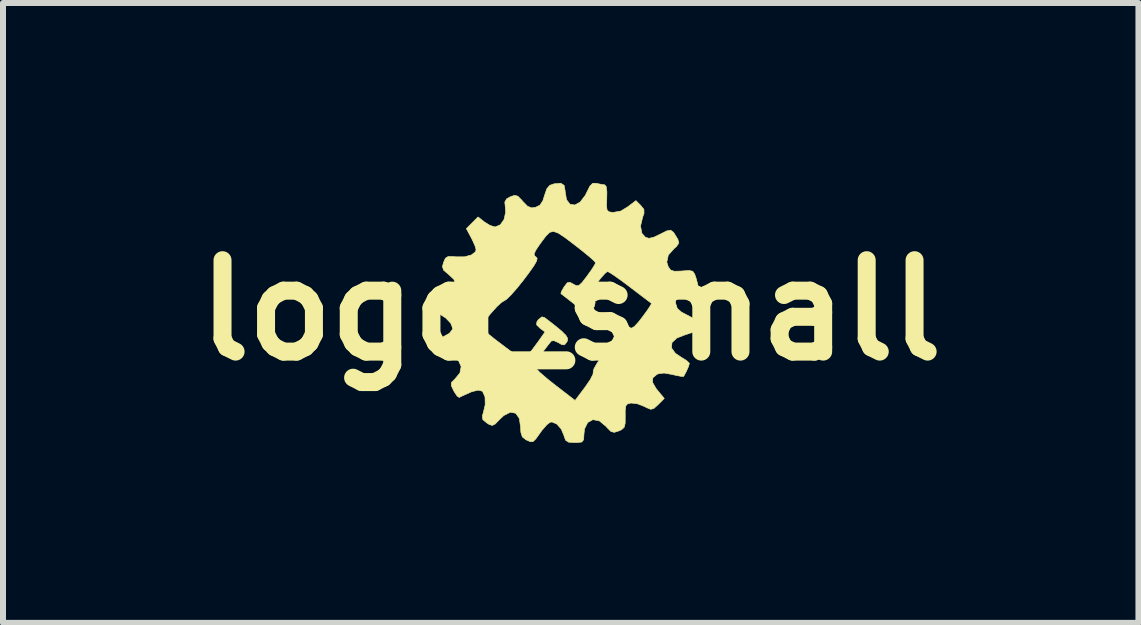
<source format=kicad_pcb>
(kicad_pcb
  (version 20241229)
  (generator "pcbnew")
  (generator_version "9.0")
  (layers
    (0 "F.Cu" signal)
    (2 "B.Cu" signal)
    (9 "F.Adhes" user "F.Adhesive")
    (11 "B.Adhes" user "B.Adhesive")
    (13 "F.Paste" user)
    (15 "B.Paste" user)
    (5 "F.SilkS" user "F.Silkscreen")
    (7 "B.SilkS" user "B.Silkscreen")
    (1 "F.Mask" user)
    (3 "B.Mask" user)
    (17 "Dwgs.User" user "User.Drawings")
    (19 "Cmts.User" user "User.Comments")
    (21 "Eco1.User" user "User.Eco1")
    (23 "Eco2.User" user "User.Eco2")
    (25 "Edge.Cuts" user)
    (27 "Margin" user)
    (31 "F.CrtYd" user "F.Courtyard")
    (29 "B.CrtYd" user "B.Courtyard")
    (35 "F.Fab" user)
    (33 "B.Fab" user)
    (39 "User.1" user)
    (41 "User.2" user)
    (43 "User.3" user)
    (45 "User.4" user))
  (footprint "logo_small"
    (layer "F.Cu")
    (at 6.339 2.187)
    (property "Reference" "logo_small" (at 0.127 -0.064 0) (layer "F.SilkS") (effects (font (size 1.524 1.524) (thickness 0.3))))
    (attr through_hole)
    (fp_poly (pts (xy 0.555 -2.18) (xy 0.646 -2.161) (xy 0.689 -2.157) (xy 0.718 -2.129) (xy 0.73 -2.039) (xy 0.728 -1.931) (xy 0.724 -1.805) (xy 0.733 -1.736) (xy 0.763 -1.706) (xy 0.823 -1.695) (xy 0.828 -1.694) (xy 0.962 -1.718) (xy 1.076 -1.787) (xy 1.214 -1.892) (xy 1.294 -1.812) (xy 1.347 -1.746) (xy 1.349 -1.679) (xy 1.326 -1.616) (xy 1.291 -1.468) (xy 1.313 -1.348) (xy 1.373 -1.281) (xy 1.432 -1.263) (xy 1.514 -1.282) (xy 1.62 -1.333) (xy 1.728 -1.387) (xy 1.794 -1.399) (xy 1.844 -1.36) (xy 1.904 -1.262) (xy 1.914 -1.245) (xy 1.929 -1.184) (xy 1.889 -1.125) (xy 1.856 -1.098) (xy 1.754 -0.984) (xy 1.729 -0.866) (xy 1.755 -0.785) (xy 1.794 -0.734) (xy 1.854 -0.714) (xy 1.96 -0.717) (xy 1.987 -0.719) (xy 2.1 -0.727) (xy 2.161 -0.714) (xy 2.194 -0.666) (xy 2.217 -0.599) (xy 2.242 -0.507) (xy 2.251 -0.457) (xy 2.251 -0.454) (xy 2.213 -0.436) (xy 2.126 -0.397) (xy 2.054 -0.365) (xy 1.943 -0.311) (xy 1.889 -0.266) (xy 1.875 -0.209) (xy 1.878 -0.174) (xy 1.904 -0.094) (xy 1.975 -0.032) (xy 2.056 0.01) (xy 2.162 0.066) (xy 2.211 0.123) (xy 2.223 0.191) (xy 2.212 0.259) (xy 2.169 0.301) (xy 2.071 0.334) (xy 2.052 0.339) (xy 1.898 0.398) (xy 1.815 0.475) (xy 1.806 0.563) (xy 1.872 0.654) (xy 1.969 0.719) (xy 2.056 0.773) (xy 2.103 0.817) (xy 2.105 0.825) (xy 2.089 0.878) (xy 2.053 0.959) (xy 2.016 1.028) (xy 2.007 1.04) (xy 1.967 1.038) (xy 1.877 1.021) (xy 1.821 1.007) (xy 1.685 0.983) (xy 1.591 0.994) (xy 1.562 1.007) (xy 1.495 1.064) (xy 1.491 1.138) (xy 1.55 1.241) (xy 1.584 1.283) (xy 1.687 1.406) (xy 1.585 1.508) (xy 1.515 1.572) (xy 1.462 1.588) (xy 1.39 1.559) (xy 1.354 1.54) (xy 1.241 1.496) (xy 1.137 1.483) (xy 1.128 1.484) (xy 1.071 1.499) (xy 1.043 1.536) (xy 1.035 1.617) (xy 1.036 1.7) (xy 1.035 1.821) (xy 1.018 1.888) (xy 0.974 1.928) (xy 0.929 1.948) (xy 0.853 1.972) (xy 0.797 1.957) (xy 0.731 1.891) (xy 0.716 1.873) (xy 0.604 1.78) (xy 0.497 1.76) (xy 0.41 1.807) (xy 0.357 1.915) (xy 0.347 2.008) (xy 0.342 2.095) (xy 0.311 2.133) (xy 0.233 2.142) (xy 0.194 2.142) (xy 0.092 2.136) (xy 0.042 2.104) (xy 0.016 2.032) (xy 0.016 2.029) (xy -0.031 1.917) (xy -0.104 1.834) (xy -0.185 1.799) (xy -0.218 1.804) (xy -0.274 1.848) (xy -0.349 1.934) (xy -0.385 1.983) (xy -0.454 2.08) (xy -0.5 2.125) (xy -0.545 2.128) (xy -0.612 2.099) (xy -0.62 2.095) (xy -0.68 2.048) (xy -0.705 1.969) (xy -0.708 1.89) (xy -0.73 1.739) (xy -0.79 1.653) (xy -0.88 1.636) (xy -0.99 1.692) (xy -1.06 1.758) (xy -1.133 1.833) (xy -1.183 1.857) (xy -1.236 1.838) (xy -1.271 1.816) (xy -1.339 1.759) (xy -1.347 1.697) (xy -1.332 1.651) (xy -1.299 1.511) (xy -1.302 1.382) (xy -1.341 1.293) (xy -1.35 1.285) (xy -1.415 1.268) (xy -1.524 1.294) (xy -1.684 1.366) (xy -1.732 1.39) (xy -1.765 1.369) (xy -1.813 1.298) (xy -1.824 1.279) (xy -1.864 1.193) (xy -1.864 1.143) (xy -1.821 1.099) (xy -1.811 1.091) (xy -1.721 0.983) (xy -1.7 0.874) (xy -1.743 0.778) (xy -1.843 0.714) (xy -1.959 0.696) (xy -2.064 0.685) (xy -2.125 0.639) (xy -2.148 0.597) (xy -2.18 0.523) (xy -2.182 0.479) (xy -2.14 0.444) (xy -2.044 0.399) (xy -2.017 0.388) (xy -1.896 0.321) (xy -1.845 0.255) (xy -1.841 0.233) (xy -1.846 0.222) (xy -1.37 0.222) (xy -1.34 0.254) (xy -1.26 0.322) (xy -1.142 0.416) (xy -1.016 0.512) (xy -0.663 0.776) (xy -0.589 0.687) (xy -0.519 0.599) (xy -0.435 0.486) (xy -0.408 0.449) (xy -0.302 0.298) (xy -0.386 0.234) (xy -0.442 0.179) (xy -0.438 0.13) (xy -0.414 0.095) (xy -0.354 0.046) (xy -0.309 0.058) (xy -0.138 0.19) (xy -0.022 0.286) (xy 0.046 0.354) (xy 0.075 0.404) (xy 0.072 0.445) (xy 0.063 0.464) (xy 0.023 0.513) (xy -0.023 0.509) (xy -0.076 0.477) (xy -0.152 0.443) (xy -0.197 0.449) (xy -0.25 0.515) (xy -0.324 0.612) (xy -0.401 0.716) (xy -0.462 0.802) (xy -0.488 0.841) (xy -0.47 0.886) (xy -0.392 0.969) (xy -0.257 1.085) (xy -0.158 1.164) (xy 0.2 1.44) (xy 0.369 1.215) (xy 0.452 1.094) (xy 0.499 1.002) (xy 0.503 0.955) (xy 0.513 0.914) (xy 0.563 0.825) (xy 0.643 0.702) (xy 0.744 0.559) (xy 0.856 0.409) (xy 0.971 0.265) (xy 1.016 0.212) (xy 1.068 0.202) (xy 1.102 0.222) (xy 1.14 0.235) (xy 1.189 0.207) (xy 1.26 0.129) (xy 1.322 0.049) (xy 1.402 -0.06) (xy 1.456 -0.141) (xy 1.474 -0.178) (xy 1.474 -0.179) (xy 1.439 -0.205) (xy 1.356 -0.268) (xy 1.236 -0.359) (xy 1.118 -0.449) (xy 0.977 -0.555) (xy 0.857 -0.64) (xy 0.773 -0.695) (xy 0.74 -0.71) (xy 0.701 -0.681) (xy 0.632 -0.605) (xy 0.558 -0.51) (xy 0.48 -0.399) (xy 0.444 -0.332) (xy 0.446 -0.292) (xy 0.476 -0.261) (xy 0.535 -0.196) (xy 0.522 -0.128) (xy 0.469 -0.07) (xy 0.427 -0.038) (xy 0.384 -0.035) (xy 0.322 -0.067) (xy 0.223 -0.139) (xy 0.186 -0.168) (xy 0.079 -0.252) (xy -0.001 -0.314) (xy -0.037 -0.342) (xy -0.037 -0.342) (xy -0.027 -0.377) (xy 0.014 -0.45) (xy 0.017 -0.454) (xy 0.069 -0.522) (xy 0.115 -0.53) (xy 0.17 -0.5) (xy 0.221 -0.473) (xy 0.264 -0.478) (xy 0.316 -0.526) (xy 0.394 -0.627) (xy 0.399 -0.634) (xy 0.475 -0.74) (xy 0.527 -0.822) (xy 0.542 -0.856) (xy 0.513 -0.891) (xy 0.433 -0.962) (xy 0.316 -1.057) (xy 0.191 -1.155) (xy 0.032 -1.276) (xy -0.08 -1.35) (xy -0.16 -1.379) (xy -0.224 -1.363) (xy -0.287 -1.301) (xy -0.367 -1.194) (xy -0.389 -1.164) (xy -0.458 -1.061) (xy -0.484 -1.001) (xy -0.471 -0.966) (xy -0.453 -0.954) (xy -0.433 -0.93) (xy -0.442 -0.885) (xy -0.485 -0.809) (xy -0.568 -0.691) (xy -0.658 -0.571) (xy -0.77 -0.431) (xy -0.87 -0.318) (xy -0.946 -0.244) (xy -0.983 -0.222) (xy -1.029 -0.194) (xy -1.106 -0.122) (xy -1.194 -0.025) (xy -1.279 0.077) (xy -1.344 0.165) (xy -1.37 0.22) (xy -1.37 0.222) (xy -1.846 0.222) (xy -1.874 0.152) (xy -1.956 0.066) (xy -2.064 -0.004) (xy -2.133 -0.03) (xy -2.19 -0.059) (xy -2.205 -0.123) (xy -2.201 -0.18) (xy -2.185 -0.264) (xy -2.147 -0.299) (xy -2.062 -0.306) (xy -2.034 -0.305) (xy -1.886 -0.326) (xy -1.799 -0.387) (xy -1.776 -0.476) (xy -1.822 -0.58) (xy -1.92 -0.671) (xy -1.993 -0.733) (xy -2.012 -0.792) (xy -1.993 -0.863) (xy -1.962 -0.932) (xy -1.917 -0.96) (xy -1.829 -0.959) (xy -1.787 -0.955) (xy -1.644 -0.955) (xy -1.529 -0.986) (xy -1.461 -1.039) (xy -1.451 -1.074) (xy -1.468 -1.136) (xy -1.512 -1.234) (xy -1.532 -1.273) (xy -1.613 -1.425) (xy -1.418 -1.62) (xy -1.312 -1.536) (xy -1.219 -1.479) (xy -1.137 -1.453) (xy -1.134 -1.453) (xy -1.048 -1.488) (xy -0.985 -1.577) (xy -0.958 -1.698) (xy -0.963 -1.774) (xy -0.972 -1.868) (xy -0.942 -1.921) (xy -0.882 -1.955) (xy -0.809 -1.98) (xy -0.755 -1.966) (xy -0.691 -1.902) (xy -0.671 -1.878) (xy -0.593 -1.798) (xy -0.525 -1.771) (xy -0.461 -1.78) (xy -0.387 -1.815) (xy -0.338 -1.889) (xy -0.31 -1.978) (xy -0.272 -2.089) (xy -0.222 -2.147) (xy -0.15 -2.172) (xy -0.039 -2.182) (xy 0.017 -2.146) (xy 0.034 -2.054) (xy 0.034 -2.044) (xy 0.057 -1.907) (xy 0.115 -1.832) (xy 0.196 -1.819) (xy 0.285 -1.868) (xy 0.37 -1.98) (xy 0.393 -2.027) (xy 0.446 -2.133) (xy 0.492 -2.18) (xy 0.546 -2.182) (xy 0.555 -2.18)) (stroke (width 0.01) (type solid)) (fill yes) (layer "F.SilkS")))
  (gr_rect
    (start -3 -3)
    (end 15.932 7.335)
    (stroke (width 0.1) (type default))
    (fill no)
    (layer "Edge.Cuts")))
</source>
